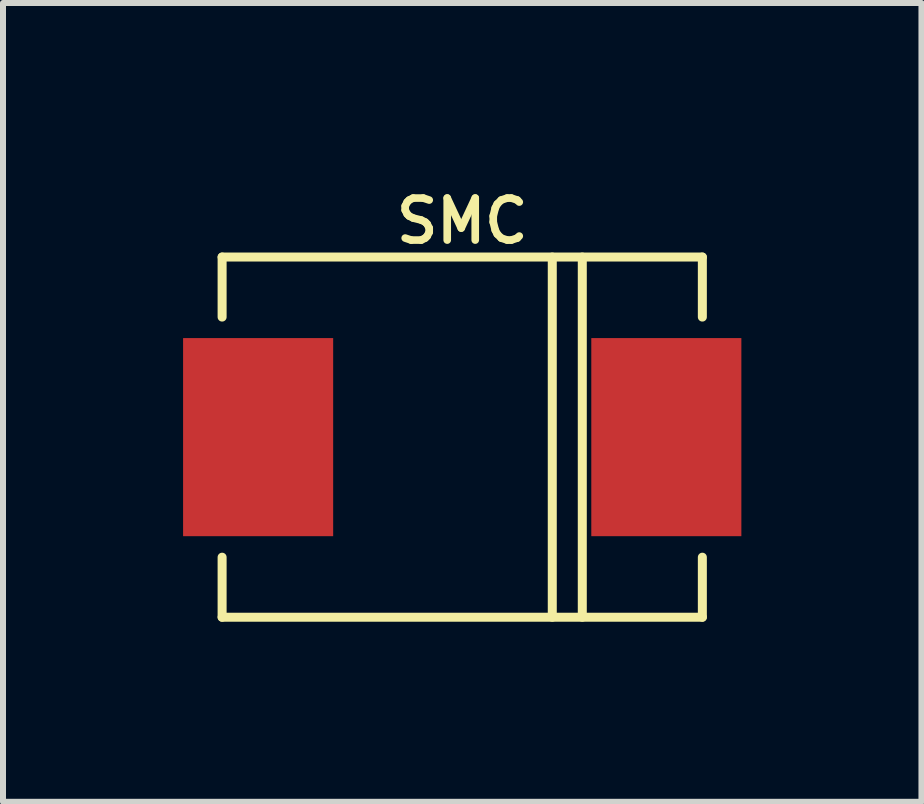
<source format=kicad_pcb>
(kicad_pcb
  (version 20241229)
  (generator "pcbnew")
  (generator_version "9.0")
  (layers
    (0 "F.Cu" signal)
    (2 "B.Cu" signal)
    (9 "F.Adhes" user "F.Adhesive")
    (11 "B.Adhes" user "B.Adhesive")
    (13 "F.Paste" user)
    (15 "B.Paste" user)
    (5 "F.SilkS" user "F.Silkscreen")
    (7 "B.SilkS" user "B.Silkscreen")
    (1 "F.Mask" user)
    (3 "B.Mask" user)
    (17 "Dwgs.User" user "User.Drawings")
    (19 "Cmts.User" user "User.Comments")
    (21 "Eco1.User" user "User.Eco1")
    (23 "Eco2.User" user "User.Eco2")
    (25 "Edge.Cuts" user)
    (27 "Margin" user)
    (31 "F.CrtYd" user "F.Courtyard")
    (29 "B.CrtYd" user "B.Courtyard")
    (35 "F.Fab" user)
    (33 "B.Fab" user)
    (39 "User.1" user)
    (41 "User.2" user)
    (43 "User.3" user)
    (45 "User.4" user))
  (footprint "SMC"
    (layer "F.Cu")
    (at 4.65 4.232)
    (property "Reference" "SMC" (at 0 -3.6 0) (layer "F.SilkS") (effects (font (size 0.7 0.7) (thickness 0.127))))
    (attr smd)
    (fp_line (start -4 -3) (end 4 -3) (stroke (width 0.15) (type solid)) (layer "F.SilkS"))
    (fp_line (start -4 -2) (end -4 -3) (stroke (width 0.15) (type solid)) (layer "F.SilkS"))
    (fp_line (start -4 3) (end -4 2) (stroke (width 0.15) (type solid)) (layer "F.SilkS"))
    (fp_line (start 1.5 -3) (end 1.5 3) (stroke (width 0.15) (type solid)) (layer "F.SilkS"))
    (fp_line (start 2 -3) (end 2 3) (stroke (width 0.15) (type solid)) (layer "F.SilkS"))
    (fp_line (start 4 -3) (end 4 -2) (stroke (width 0.15) (type solid)) (layer "F.SilkS"))
    (fp_line (start 4 2) (end 4 3) (stroke (width 0.15) (type solid)) (layer "F.SilkS"))
    (fp_line (start 4 3) (end -4 3) (stroke (width 0.15) (type solid)) (layer "F.SilkS"))
    (pad "1" smd rect (at -3.4 0) (size 2.5 3.3) (layers "F.Cu" "F.Mask" "F.Paste"))
    (pad "2" smd rect (at 3.4 0) (size 2.5 3.3) (layers "F.Cu" "F.Mask" "F.Paste")))
  (gr_rect
    (start -3 -3)
    (end 12.3 10.307)
    (stroke (width 0.1) (type default))
    (fill no)
    (layer "Edge.Cuts")))
</source>
